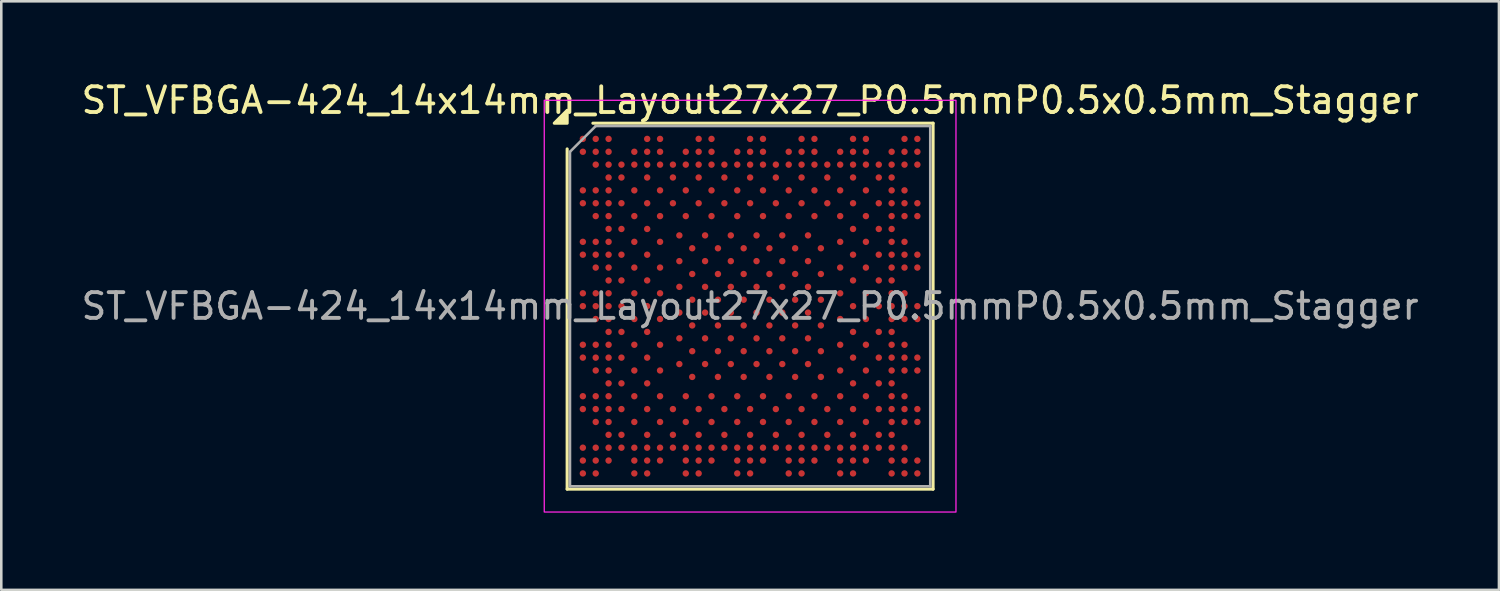
<source format=kicad_pcb>
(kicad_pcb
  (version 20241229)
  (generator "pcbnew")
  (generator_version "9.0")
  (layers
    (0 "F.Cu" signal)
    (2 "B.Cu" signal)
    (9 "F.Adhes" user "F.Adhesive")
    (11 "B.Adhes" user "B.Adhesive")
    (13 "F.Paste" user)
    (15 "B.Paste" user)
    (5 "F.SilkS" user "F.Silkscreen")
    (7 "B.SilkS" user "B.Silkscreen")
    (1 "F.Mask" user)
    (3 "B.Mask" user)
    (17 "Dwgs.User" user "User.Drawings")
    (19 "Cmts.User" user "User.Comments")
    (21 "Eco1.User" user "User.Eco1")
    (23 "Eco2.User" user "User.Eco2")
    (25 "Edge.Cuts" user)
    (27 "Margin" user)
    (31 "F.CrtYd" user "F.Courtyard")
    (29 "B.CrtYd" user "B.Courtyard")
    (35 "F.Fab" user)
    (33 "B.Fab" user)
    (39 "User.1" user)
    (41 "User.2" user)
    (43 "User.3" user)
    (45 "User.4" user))
  (footprint "ST_VFBGA-424_14x14mm_Layout27x27_P0.5mmP0.5x0.5mm_Stagger"
    (layer "F.Cu")
    (at 26.101 8.848)
    (property "Reference" "ST_VFBGA-424_14x14mm_Layout27x27_P0.5mmP0.5x0.5mm_Stagger" (at 0 -8 0) (layer "F.SilkS") (effects (font (size 1 1) (thickness 0.15))))
    (attr smd)
    (fp_line (start -7.11 7.11) (end -7.11 -6.11) (stroke (width 0.12) (type solid)) (layer "F.SilkS"))
    (fp_line (start -6.11 -7.11) (end 7.11 -7.11) (stroke (width 0.12) (type solid)) (layer "F.SilkS"))
    (fp_line (start 7.11 -7.11) (end 7.11 7.11) (stroke (width 0.12) (type solid)) (layer "F.SilkS"))
    (fp_line (start 7.11 7.11) (end -7.11 7.11) (stroke (width 0.12) (type solid)) (layer "F.SilkS"))
    (fp_poly (pts (xy -7.11 -7.11) (xy -7.61 -7.11) (xy -7.11 -7.61)) (stroke (width 0.12) (type solid)) (fill yes) (layer "F.SilkS"))
    (fp_rect (start -8 -8) (end 8 8) (stroke (width 0.05) (type solid)) (fill no) (layer "F.CrtYd"))
    (fp_line (start -7 -6) (end -6 -7) (stroke (width 0.1) (type solid)) (layer "F.Fab"))
    (fp_line (start -7 7) (end -7 -6) (stroke (width 0.1) (type solid)) (layer "F.Fab"))
    (fp_line (start -6 -7) (end 7 -7) (stroke (width 0.1) (type solid)) (layer "F.Fab"))
    (fp_line (start 7 -7) (end 7 7) (stroke (width 0.1) (type solid)) (layer "F.Fab"))
    (fp_line (start 7 7) (end -7 7) (stroke (width 0.1) (type solid)) (layer "F.Fab"))
    (fp_text user "${REFERENCE}" (at 0 0 0) (layer "F.Fab") (effects (font (size 1 1) (thickness 0.15))))
    (pad "1A1" smd circle (at -2.75 -2.75) (size 0.25 0.25) (property pad_prop_bga) (layers "F.Cu" "F.Mask" "F.Paste"))
    (pad "1A3" smd circle (at -1.75 -2.75) (size 0.25 0.25) (property pad_prop_bga) (layers "F.Cu" "F.Mask" "F.Paste"))
    (pad "1A5" smd circle (at -0.75 -2.75) (size 0.25 0.25) (property pad_prop_bga) (layers "F.Cu" "F.Mask" "F.Paste"))
    (pad "1A7" smd circle (at 0.25 -2.75) (size 0.25 0.25) (property pad_prop_bga) (layers "F.Cu" "F.Mask" "F.Paste"))
    (pad "1A9" smd circle (at 1.25 -2.75) (size 0.25 0.25) (property pad_prop_bga) (layers "F.Cu" "F.Mask" "F.Paste"))
    (pad "1A11" smd circle (at 2.25 -2.75) (size 0.25 0.25) (property pad_prop_bga) (layers "F.Cu" "F.Mask" "F.Paste"))
    (pad "1B2" smd circle (at -2.25 -2.25) (size 0.25 0.25) (property pad_prop_bga) (layers "F.Cu" "F.Mask" "F.Paste"))
    (pad "1B4" smd circle (at -1.25 -2.25) (size 0.25 0.25) (property pad_prop_bga) (layers "F.Cu" "F.Mask" "F.Paste"))
    (pad "1B6" smd circle (at -0.25 -2.25) (size 0.25 0.25) (property pad_prop_bga) (layers "F.Cu" "F.Mask" "F.Paste"))
    (pad "1B8" smd circle (at 0.75 -2.25) (size 0.25 0.25) (property pad_prop_bga) (layers "F.Cu" "F.Mask" "F.Paste"))
    (pad "1B10" smd circle (at 1.75 -2.25) (size 0.25 0.25) (property pad_prop_bga) (layers "F.Cu" "F.Mask" "F.Paste"))
    (pad "1B12" smd circle (at 2.75 -2.25) (size 0.25 0.25) (property pad_prop_bga) (layers "F.Cu" "F.Mask" "F.Paste"))
    (pad "1C1" smd circle (at -2.75 -1.75) (size 0.25 0.25) (property pad_prop_bga) (layers "F.Cu" "F.Mask" "F.Paste"))
    (pad "1C3" smd circle (at -1.75 -1.75) (size 0.25 0.25) (property pad_prop_bga) (layers "F.Cu" "F.Mask" "F.Paste"))
    (pad "1C5" smd circle (at -0.75 -1.75) (size 0.25 0.25) (property pad_prop_bga) (layers "F.Cu" "F.Mask" "F.Paste"))
    (pad "1C7" smd circle (at 0.25 -1.75) (size 0.25 0.25) (property pad_prop_bga) (layers "F.Cu" "F.Mask" "F.Paste"))
    (pad "1C9" smd circle (at 1.25 -1.75) (size 0.25 0.25) (property pad_prop_bga) (layers "F.Cu" "F.Mask" "F.Paste"))
    (pad "1C11" smd circle (at 2.25 -1.75) (size 0.25 0.25) (property pad_prop_bga) (layers "F.Cu" "F.Mask" "F.Paste"))
    (pad "1D2" smd circle (at -2.25 -1.25) (size 0.25 0.25) (property pad_prop_bga) (layers "F.Cu" "F.Mask" "F.Paste"))
    (pad "1D4" smd circle (at -1.25 -1.25) (size 0.25 0.25) (property pad_prop_bga) (layers "F.Cu" "F.Mask" "F.Paste"))
    (pad "1D6" smd circle (at -0.25 -1.25) (size 0.25 0.25) (property pad_prop_bga) (layers "F.Cu" "F.Mask" "F.Paste"))
    (pad "1D8" smd circle (at 0.75 -1.25) (size 0.25 0.25) (property pad_prop_bga) (layers "F.Cu" "F.Mask" "F.Paste"))
    (pad "1D10" smd circle (at 1.75 -1.25) (size 0.25 0.25) (property pad_prop_bga) (layers "F.Cu" "F.Mask" "F.Paste"))
    (pad "1D12" smd circle (at 2.75 -1.25) (size 0.25 0.25) (property pad_prop_bga) (layers "F.Cu" "F.Mask" "F.Paste"))
    (pad "1E1" smd circle (at -2.75 -0.75) (size 0.25 0.25) (property pad_prop_bga) (layers "F.Cu" "F.Mask" "F.Paste"))
    (pad "1E3" smd circle (at -1.75 -0.75) (size 0.25 0.25) (property pad_prop_bga) (layers "F.Cu" "F.Mask" "F.Paste"))
    (pad "1E5" smd circle (at -0.75 -0.75) (size 0.25 0.25) (property pad_prop_bga) (layers "F.Cu" "F.Mask" "F.Paste"))
    (pad "1E7" smd circle (at 0.25 -0.75) (size 0.25 0.25) (property pad_prop_bga) (layers "F.Cu" "F.Mask" "F.Paste"))
    (pad "1E9" smd circle (at 1.25 -0.75) (size 0.25 0.25) (property pad_prop_bga) (layers "F.Cu" "F.Mask" "F.Paste"))
    (pad "1E11" smd circle (at 2.25 -0.75) (size 0.25 0.25) (property pad_prop_bga) (layers "F.Cu" "F.Mask" "F.Paste"))
    (pad "1F2" smd circle (at -2.25 -0.25) (size 0.25 0.25) (property pad_prop_bga) (layers "F.Cu" "F.Mask" "F.Paste"))
    (pad "1F4" smd circle (at -1.25 -0.25) (size 0.25 0.25) (property pad_prop_bga) (layers "F.Cu" "F.Mask" "F.Paste"))
    (pad "1F6" smd circle (at -0.25 -0.25) (size 0.25 0.25) (property pad_prop_bga) (layers "F.Cu" "F.Mask" "F.Paste"))
    (pad "1F8" smd circle (at 0.75 -0.25) (size 0.25 0.25) (property pad_prop_bga) (layers "F.Cu" "F.Mask" "F.Paste"))
    (pad "1F10" smd circle (at 1.75 -0.25) (size 0.25 0.25) (property pad_prop_bga) (layers "F.Cu" "F.Mask" "F.Paste"))
    (pad "1F12" smd circle (at 2.75 -0.25) (size 0.25 0.25) (property pad_prop_bga) (layers "F.Cu" "F.Mask" "F.Paste"))
    (pad "1G1" smd circle (at -2.75 0.25) (size 0.25 0.25) (property pad_prop_bga) (layers "F.Cu" "F.Mask" "F.Paste"))
    (pad "1G3" smd circle (at -1.75 0.25) (size 0.25 0.25) (property pad_prop_bga) (layers "F.Cu" "F.Mask" "F.Paste"))
    (pad "1G5" smd circle (at -0.75 0.25) (size 0.25 0.25) (property pad_prop_bga) (layers "F.Cu" "F.Mask" "F.Paste"))
    (pad "1G7" smd circle (at 0.25 0.25) (size 0.25 0.25) (property pad_prop_bga) (layers "F.Cu" "F.Mask" "F.Paste"))
    (pad "1G9" smd circle (at 1.25 0.25) (size 0.25 0.25) (property pad_prop_bga) (layers "F.Cu" "F.Mask" "F.Paste"))
    (pad "1G11" smd circle (at 2.25 0.25) (size 0.25 0.25) (property pad_prop_bga) (layers "F.Cu" "F.Mask" "F.Paste"))
    (pad "1H2" smd circle (at -2.25 0.75) (size 0.25 0.25) (property pad_prop_bga) (layers "F.Cu" "F.Mask" "F.Paste"))
    (pad "1H4" smd circle (at -1.25 0.75) (size 0.25 0.25) (property pad_prop_bga) (layers "F.Cu" "F.Mask" "F.Paste"))
    (pad "1H6" smd circle (at -0.25 0.75) (size 0.25 0.25) (property pad_prop_bga) (layers "F.Cu" "F.Mask" "F.Paste"))
    (pad "1H8" smd circle (at 0.75 0.75) (size 0.25 0.25) (property pad_prop_bga) (layers "F.Cu" "F.Mask" "F.Paste"))
    (pad "1H10" smd circle (at 1.75 0.75) (size 0.25 0.25) (property pad_prop_bga) (layers "F.Cu" "F.Mask" "F.Paste"))
    (pad "1H12" smd circle (at 2.75 0.75) (size 0.25 0.25) (property pad_prop_bga) (layers "F.Cu" "F.Mask" "F.Paste"))
    (pad "1J1" smd circle (at -2.75 1.25) (size 0.25 0.25) (property pad_prop_bga) (layers "F.Cu" "F.Mask" "F.Paste"))
    (pad "1J3" smd circle (at -1.75 1.25) (size 0.25 0.25) (property pad_prop_bga) (layers "F.Cu" "F.Mask" "F.Paste"))
    (pad "1J5" smd circle (at -0.75 1.25) (size 0.25 0.25) (property pad_prop_bga) (layers "F.Cu" "F.Mask" "F.Paste"))
    (pad "1J7" smd circle (at 0.25 1.25) (size 0.25 0.25) (property pad_prop_bga) (layers "F.Cu" "F.Mask" "F.Paste"))
    (pad "1J9" smd circle (at 1.25 1.25) (size 0.25 0.25) (property pad_prop_bga) (layers "F.Cu" "F.Mask" "F.Paste"))
    (pad "1J11" smd circle (at 2.25 1.25) (size 0.25 0.25) (property pad_prop_bga) (layers "F.Cu" "F.Mask" "F.Paste"))
    (pad "1K2" smd circle (at -2.25 1.75) (size 0.25 0.25) (property pad_prop_bga) (layers "F.Cu" "F.Mask" "F.Paste"))
    (pad "1K4" smd circle (at -1.25 1.75) (size 0.25 0.25) (property pad_prop_bga) (layers "F.Cu" "F.Mask" "F.Paste"))
    (pad "1K6" smd circle (at -0.25 1.75) (size 0.25 0.25) (property pad_prop_bga) (layers "F.Cu" "F.Mask" "F.Paste"))
    (pad "1K8" smd circle (at 0.75 1.75) (size 0.25 0.25) (property pad_prop_bga) (layers "F.Cu" "F.Mask" "F.Paste"))
    (pad "1K10" smd circle (at 1.75 1.75) (size 0.25 0.25) (property pad_prop_bga) (layers "F.Cu" "F.Mask" "F.Paste"))
    (pad "1K12" smd circle (at 2.75 1.75) (size 0.25 0.25) (property pad_prop_bga) (layers "F.Cu" "F.Mask" "F.Paste"))
    (pad "1L1" smd circle (at -2.75 2.25) (size 0.25 0.25) (property pad_prop_bga) (layers "F.Cu" "F.Mask" "F.Paste"))
    (pad "1L3" smd circle (at -1.75 2.25) (size 0.25 0.25) (property pad_prop_bga) (layers "F.Cu" "F.Mask" "F.Paste"))
    (pad "1L5" smd circle (at -0.75 2.25) (size 0.25 0.25) (property pad_prop_bga) (layers "F.Cu" "F.Mask" "F.Paste"))
    (pad "1L7" smd circle (at 0.25 2.25) (size 0.25 0.25) (property pad_prop_bga) (layers "F.Cu" "F.Mask" "F.Paste"))
    (pad "1L9" smd circle (at 1.25 2.25) (size 0.25 0.25) (property pad_prop_bga) (layers "F.Cu" "F.Mask" "F.Paste"))
    (pad "1L11" smd circle (at 2.25 2.25) (size 0.25 0.25) (property pad_prop_bga) (layers "F.Cu" "F.Mask" "F.Paste"))
    (pad "1M2" smd circle (at -2.25 2.75) (size 0.25 0.25) (property pad_prop_bga) (layers "F.Cu" "F.Mask" "F.Paste"))
    (pad "1M4" smd circle (at -1.25 2.75) (size 0.25 0.25) (property pad_prop_bga) (layers "F.Cu" "F.Mask" "F.Paste"))
    (pad "1M6" smd circle (at -0.25 2.75) (size 0.25 0.25) (property pad_prop_bga) (layers "F.Cu" "F.Mask" "F.Paste"))
    (pad "1M8" smd circle (at 0.75 2.75) (size 0.25 0.25) (property pad_prop_bga) (layers "F.Cu" "F.Mask" "F.Paste"))
    (pad "1M10" smd circle (at 1.75 2.75) (size 0.25 0.25) (property pad_prop_bga) (layers "F.Cu" "F.Mask" "F.Paste"))
    (pad "1M12" smd circle (at 2.75 2.75) (size 0.25 0.25) (property pad_prop_bga) (layers "F.Cu" "F.Mask" "F.Paste"))
    (pad "A1" smd circle (at -6.5 -6.5) (size 0.25 0.25) (property pad_prop_bga) (layers "F.Cu" "F.Mask" "F.Paste"))
    (pad "A2" smd circle (at -6 -6.5) (size 0.25 0.25) (property pad_prop_bga) (layers "F.Cu" "F.Mask" "F.Paste"))
    (pad "A3" smd circle (at -5.5 -6.5) (size 0.25 0.25) (property pad_prop_bga) (layers "F.Cu" "F.Mask" "F.Paste"))
    (pad "A6" smd circle (at -4 -6.5) (size 0.25 0.25) (property pad_prop_bga) (layers "F.Cu" "F.Mask" "F.Paste"))
    (pad "A7" smd circle (at -3.5 -6.5) (size 0.25 0.25) (property pad_prop_bga) (layers "F.Cu" "F.Mask" "F.Paste"))
    (pad "A10" smd circle (at -2 -6.5) (size 0.25 0.25) (property pad_prop_bga) (layers "F.Cu" "F.Mask" "F.Paste"))
    (pad "A11" smd circle (at -1.5 -6.5) (size 0.25 0.25) (property pad_prop_bga) (layers "F.Cu" "F.Mask" "F.Paste"))
    (pad "A14" smd circle (at 0 -6.5) (size 0.25 0.25) (property pad_prop_bga) (layers "F.Cu" "F.Mask" "F.Paste"))
    (pad "A15" smd circle (at 0.5 -6.5) (size 0.25 0.25) (property pad_prop_bga) (layers "F.Cu" "F.Mask" "F.Paste"))
    (pad "A18" smd circle (at 2 -6.5) (size 0.25 0.25) (property pad_prop_bga) (layers "F.Cu" "F.Mask" "F.Paste"))
    (pad "A19" smd circle (at 2.5 -6.5) (size 0.25 0.25) (property pad_prop_bga) (layers "F.Cu" "F.Mask" "F.Paste"))
    (pad "A22" smd circle (at 4 -6.5) (size 0.25 0.25) (property pad_prop_bga) (layers "F.Cu" "F.Mask" "F.Paste"))
    (pad "A23" smd circle (at 4.5 -6.5) (size 0.25 0.25) (property pad_prop_bga) (layers "F.Cu" "F.Mask" "F.Paste"))
    (pad "A26" smd circle (at 6 -6.5) (size 0.25 0.25) (property pad_prop_bga) (layers "F.Cu" "F.Mask" "F.Paste"))
    (pad "A27" smd circle (at 6.5 -6.5) (size 0.25 0.25) (property pad_prop_bga) (layers "F.Cu" "F.Mask" "F.Paste"))
    (pad "AA1" smd circle (at -6.5 3.5) (size 0.25 0.25) (property pad_prop_bga) (layers "F.Cu" "F.Mask" "F.Paste"))
    (pad "AA2" smd circle (at -6 3.5) (size 0.25 0.25) (property pad_prop_bga) (layers "F.Cu" "F.Mask" "F.Paste"))
    (pad "AA3" smd circle (at -5.5 3.5) (size 0.25 0.25) (property pad_prop_bga) (layers "F.Cu" "F.Mask" "F.Paste"))
    (pad "AA5" smd circle (at -4.5 3.5) (size 0.25 0.25) (property pad_prop_bga) (layers "F.Cu" "F.Mask" "F.Paste"))
    (pad "AA7" smd circle (at -3.5 3.5) (size 0.25 0.25) (property pad_prop_bga) (layers "F.Cu" "F.Mask" "F.Paste"))
    (pad "AA9" smd circle (at -2.5 3.5) (size 0.25 0.25) (property pad_prop_bga) (layers "F.Cu" "F.Mask" "F.Paste"))
    (pad "AA11" smd circle (at -1.5 3.5) (size 0.25 0.25) (property pad_prop_bga) (layers "F.Cu" "F.Mask" "F.Paste"))
    (pad "AA13" smd circle (at -0.5 3.5) (size 0.25 0.25) (property pad_prop_bga) (layers "F.Cu" "F.Mask" "F.Paste"))
    (pad "AA15" smd circle (at 0.5 3.5) (size 0.25 0.25) (property pad_prop_bga) (layers "F.Cu" "F.Mask" "F.Paste"))
    (pad "AA17" smd circle (at 1.5 3.5) (size 0.25 0.25) (property pad_prop_bga) (layers "F.Cu" "F.Mask" "F.Paste"))
    (pad "AA19" smd circle (at 2.5 3.5) (size 0.25 0.25) (property pad_prop_bga) (layers "F.Cu" "F.Mask" "F.Paste"))
    (pad "AA21" smd circle (at 3.5 3.5) (size 0.25 0.25) (property pad_prop_bga) (layers "F.Cu" "F.Mask" "F.Paste"))
    (pad "AA23" smd circle (at 4.5 3.5) (size 0.25 0.25) (property pad_prop_bga) (layers "F.Cu" "F.Mask" "F.Paste"))
    (pad "AA25" smd circle (at 5.5 3.5) (size 0.25 0.25) (property pad_prop_bga) (layers "F.Cu" "F.Mask" "F.Paste"))
    (pad "AA26" smd circle (at 6 3.5) (size 0.25 0.25) (property pad_prop_bga) (layers "F.Cu" "F.Mask" "F.Paste"))
    (pad "AB1" smd circle (at -6.5 4) (size 0.25 0.25) (property pad_prop_bga) (layers "F.Cu" "F.Mask" "F.Paste"))
    (pad "AB2" smd circle (at -6 4) (size 0.25 0.25) (property pad_prop_bga) (layers "F.Cu" "F.Mask" "F.Paste"))
    (pad "AB3" smd circle (at -5.5 4) (size 0.25 0.25) (property pad_prop_bga) (layers "F.Cu" "F.Mask" "F.Paste"))
    (pad "AB4" smd circle (at -5 4) (size 0.25 0.25) (property pad_prop_bga) (layers "F.Cu" "F.Mask" "F.Paste"))
    (pad "AB6" smd circle (at -4 4) (size 0.25 0.25) (property pad_prop_bga) (layers "F.Cu" "F.Mask" "F.Paste"))
    (pad "AB8" smd circle (at -3 4) (size 0.25 0.25) (property pad_prop_bga) (layers "F.Cu" "F.Mask" "F.Paste"))
    (pad "AB10" smd circle (at -2 4) (size 0.25 0.25) (property pad_prop_bga) (layers "F.Cu" "F.Mask" "F.Paste"))
    (pad "AB12" smd circle (at -1 4) (size 0.25 0.25) (property pad_prop_bga) (layers "F.Cu" "F.Mask" "F.Paste"))
    (pad "AB14" smd circle (at 0 4) (size 0.25 0.25) (property pad_prop_bga) (layers "F.Cu" "F.Mask" "F.Paste"))
    (pad "AB16" smd circle (at 1 4) (size 0.25 0.25) (property pad_prop_bga) (layers "F.Cu" "F.Mask" "F.Paste"))
    (pad "AB18" smd circle (at 2 4) (size 0.25 0.25) (property pad_prop_bga) (layers "F.Cu" "F.Mask" "F.Paste"))
    (pad "AB20" smd circle (at 3 4) (size 0.25 0.25) (property pad_prop_bga) (layers "F.Cu" "F.Mask" "F.Paste"))
    (pad "AB22" smd circle (at 4 4) (size 0.25 0.25) (property pad_prop_bga) (layers "F.Cu" "F.Mask" "F.Paste"))
    (pad "AB24" smd circle (at 5 4) (size 0.25 0.25) (property pad_prop_bga) (layers "F.Cu" "F.Mask" "F.Paste"))
    (pad "AB25" smd circle (at 5.5 4) (size 0.25 0.25) (property pad_prop_bga) (layers "F.Cu" "F.Mask" "F.Paste"))
    (pad "AB26" smd circle (at 6 4) (size 0.25 0.25) (property pad_prop_bga) (layers "F.Cu" "F.Mask" "F.Paste"))
    (pad "AB27" smd circle (at 6.5 4) (size 0.25 0.25) (property pad_prop_bga) (layers "F.Cu" "F.Mask" "F.Paste"))
    (pad "AC2" smd circle (at -6 4.5) (size 0.25 0.25) (property pad_prop_bga) (layers "F.Cu" "F.Mask" "F.Paste"))
    (pad "AC3" smd circle (at -5.5 4.5) (size 0.25 0.25) (property pad_prop_bga) (layers "F.Cu" "F.Mask" "F.Paste"))
    (pad "AC5" smd circle (at -4.5 4.5) (size 0.25 0.25) (property pad_prop_bga) (layers "F.Cu" "F.Mask" "F.Paste"))
    (pad "AC7" smd circle (at -3.5 4.5) (size 0.25 0.25) (property pad_prop_bga) (layers "F.Cu" "F.Mask" "F.Paste"))
    (pad "AC9" smd circle (at -2.5 4.5) (size 0.25 0.25) (property pad_prop_bga) (layers "F.Cu" "F.Mask" "F.Paste"))
    (pad "AC11" smd circle (at -1.5 4.5) (size 0.25 0.25) (property pad_prop_bga) (layers "F.Cu" "F.Mask" "F.Paste"))
    (pad "AC13" smd circle (at -0.5 4.5) (size 0.25 0.25) (property pad_prop_bga) (layers "F.Cu" "F.Mask" "F.Paste"))
    (pad "AC15" smd circle (at 0.5 4.5) (size 0.25 0.25) (property pad_prop_bga) (layers "F.Cu" "F.Mask" "F.Paste"))
    (pad "AC17" smd circle (at 1.5 4.5) (size 0.25 0.25) (property pad_prop_bga) (layers "F.Cu" "F.Mask" "F.Paste"))
    (pad "AC19" smd circle (at 2.5 4.5) (size 0.25 0.25) (property pad_prop_bga) (layers "F.Cu" "F.Mask" "F.Paste"))
    (pad "AC21" smd circle (at 3.5 4.5) (size 0.25 0.25) (property pad_prop_bga) (layers "F.Cu" "F.Mask" "F.Paste"))
    (pad "AC23" smd circle (at 4.5 4.5) (size 0.25 0.25) (property pad_prop_bga) (layers "F.Cu" "F.Mask" "F.Paste"))
    (pad "AC25" smd circle (at 5.5 4.5) (size 0.25 0.25) (property pad_prop_bga) (layers "F.Cu" "F.Mask" "F.Paste"))
    (pad "AC26" smd circle (at 6 4.5) (size 0.25 0.25) (property pad_prop_bga) (layers "F.Cu" "F.Mask" "F.Paste"))
    (pad "AC27" smd circle (at 6.5 4.5) (size 0.25 0.25) (property pad_prop_bga) (layers "F.Cu" "F.Mask" "F.Paste"))
    (pad "AD3" smd circle (at -5.5 5) (size 0.25 0.25) (property pad_prop_bga) (layers "F.Cu" "F.Mask" "F.Paste"))
    (pad "AD4" smd circle (at -5 5) (size 0.25 0.25) (property pad_prop_bga) (layers "F.Cu" "F.Mask" "F.Paste"))
    (pad "AD6" smd circle (at -4 5) (size 0.25 0.25) (property pad_prop_bga) (layers "F.Cu" "F.Mask" "F.Paste"))
    (pad "AD8" smd circle (at -3 5) (size 0.25 0.25) (property pad_prop_bga) (layers "F.Cu" "F.Mask" "F.Paste"))
    (pad "AD10" smd circle (at -2 5) (size 0.25 0.25) (property pad_prop_bga) (layers "F.Cu" "F.Mask" "F.Paste"))
    (pad "AD12" smd circle (at -1 5) (size 0.25 0.25) (property pad_prop_bga) (layers "F.Cu" "F.Mask" "F.Paste"))
    (pad "AD14" smd circle (at 0 5) (size 0.25 0.25) (property pad_prop_bga) (layers "F.Cu" "F.Mask" "F.Paste"))
    (pad "AD16" smd circle (at 1 5) (size 0.25 0.25) (property pad_prop_bga) (layers "F.Cu" "F.Mask" "F.Paste"))
    (pad "AD18" smd circle (at 2 5) (size 0.25 0.25) (property pad_prop_bga) (layers "F.Cu" "F.Mask" "F.Paste"))
    (pad "AD20" smd circle (at 3 5) (size 0.25 0.25) (property pad_prop_bga) (layers "F.Cu" "F.Mask" "F.Paste"))
    (pad "AD22" smd circle (at 4 5) (size 0.25 0.25) (property pad_prop_bga) (layers "F.Cu" "F.Mask" "F.Paste"))
    (pad "AD24" smd circle (at 5 5) (size 0.25 0.25) (property pad_prop_bga) (layers "F.Cu" "F.Mask" "F.Paste"))
    (pad "AD25" smd circle (at 5.5 5) (size 0.25 0.25) (property pad_prop_bga) (layers "F.Cu" "F.Mask" "F.Paste"))
    (pad "AE1" smd circle (at -6.5 5.5) (size 0.25 0.25) (property pad_prop_bga) (layers "F.Cu" "F.Mask" "F.Paste"))
    (pad "AE2" smd circle (at -6 5.5) (size 0.25 0.25) (property pad_prop_bga) (layers "F.Cu" "F.Mask" "F.Paste"))
    (pad "AE3" smd circle (at -5.5 5.5) (size 0.25 0.25) (property pad_prop_bga) (layers "F.Cu" "F.Mask" "F.Paste"))
    (pad "AE4" smd circle (at -5 5.5) (size 0.25 0.25) (property pad_prop_bga) (layers "F.Cu" "F.Mask" "F.Paste"))
    (pad "AE5" smd circle (at -4.5 5.5) (size 0.25 0.25) (property pad_prop_bga) (layers "F.Cu" "F.Mask" "F.Paste"))
    (pad "AE6" smd circle (at -4 5.5) (size 0.25 0.25) (property pad_prop_bga) (layers "F.Cu" "F.Mask" "F.Paste"))
    (pad "AE7" smd circle (at -3.5 5.5) (size 0.25 0.25) (property pad_prop_bga) (layers "F.Cu" "F.Mask" "F.Paste"))
    (pad "AE8" smd circle (at -3 5.5) (size 0.25 0.25) (property pad_prop_bga) (layers "F.Cu" "F.Mask" "F.Paste"))
    (pad "AE9" smd circle (at -2.5 5.5) (size 0.25 0.25) (property pad_prop_bga) (layers "F.Cu" "F.Mask" "F.Paste"))
    (pad "AE10" smd circle (at -2 5.5) (size 0.25 0.25) (property pad_prop_bga) (layers "F.Cu" "F.Mask" "F.Paste"))
    (pad "AE11" smd circle (at -1.5 5.5) (size 0.25 0.25) (property pad_prop_bga) (layers "F.Cu" "F.Mask" "F.Paste"))
    (pad "AE12" smd circle (at -1 5.5) (size 0.25 0.25) (property pad_prop_bga) (layers "F.Cu" "F.Mask" "F.Paste"))
    (pad "AE13" smd circle (at -0.5 5.5) (size 0.25 0.25) (property pad_prop_bga) (layers "F.Cu" "F.Mask" "F.Paste"))
    (pad "AE14" smd circle (at 0 5.5) (size 0.25 0.25) (property pad_prop_bga) (layers "F.Cu" "F.Mask" "F.Paste"))
    (pad "AE15" smd circle (at 0.5 5.5) (size 0.25 0.25) (property pad_prop_bga) (layers "F.Cu" "F.Mask" "F.Paste"))
    (pad "AE16" smd circle (at 1 5.5) (size 0.25 0.25) (property pad_prop_bga) (layers "F.Cu" "F.Mask" "F.Paste"))
    (pad "AE17" smd circle (at 1.5 5.5) (size 0.25 0.25) (property pad_prop_bga) (layers "F.Cu" "F.Mask" "F.Paste"))
    (pad "AE18" smd circle (at 2 5.5) (size 0.25 0.25) (property pad_prop_bga) (layers "F.Cu" "F.Mask" "F.Paste"))
    (pad "AE19" smd circle (at 2.5 5.5) (size 0.25 0.25) (property pad_prop_bga) (layers "F.Cu" "F.Mask" "F.Paste"))
    (pad "AE20" smd circle (at 3 5.5) (size 0.25 0.25) (property pad_prop_bga) (layers "F.Cu" "F.Mask" "F.Paste"))
    (pad "AE21" smd circle (at 3.5 5.5) (size 0.25 0.25) (property pad_prop_bga) (layers "F.Cu" "F.Mask" "F.Paste"))
    (pad "AE22" smd circle (at 4 5.5) (size 0.25 0.25) (property pad_prop_bga) (layers "F.Cu" "F.Mask" "F.Paste"))
    (pad "AE23" smd circle (at 4.5 5.5) (size 0.25 0.25) (property pad_prop_bga) (layers "F.Cu" "F.Mask" "F.Paste"))
    (pad "AE24" smd circle (at 5 5.5) (size 0.25 0.25) (property pad_prop_bga) (layers "F.Cu" "F.Mask" "F.Paste"))
    (pad "AE25" smd circle (at 5.5 5.5) (size 0.25 0.25) (property pad_prop_bga) (layers "F.Cu" "F.Mask" "F.Paste"))
    (pad "AE26" smd circle (at 6 5.5) (size 0.25 0.25) (property pad_prop_bga) (layers "F.Cu" "F.Mask" "F.Paste"))
    (pad "AF1" smd circle (at -6.5 6) (size 0.25 0.25) (property pad_prop_bga) (layers "F.Cu" "F.Mask" "F.Paste"))
    (pad "AF2" smd circle (at -6 6) (size 0.25 0.25) (property pad_prop_bga) (layers "F.Cu" "F.Mask" "F.Paste"))
    (pad "AF3" smd circle (at -5.5 6) (size 0.25 0.25) (property pad_prop_bga) (layers "F.Cu" "F.Mask" "F.Paste"))
    (pad "AF5" smd circle (at -4.5 6) (size 0.25 0.25) (property pad_prop_bga) (layers "F.Cu" "F.Mask" "F.Paste"))
    (pad "AF6" smd circle (at -4 6) (size 0.25 0.25) (property pad_prop_bga) (layers "F.Cu" "F.Mask" "F.Paste"))
    (pad "AF7" smd circle (at -3.5 6) (size 0.25 0.25) (property pad_prop_bga) (layers "F.Cu" "F.Mask" "F.Paste"))
    (pad "AF9" smd circle (at -2.5 6) (size 0.25 0.25) (property pad_prop_bga) (layers "F.Cu" "F.Mask" "F.Paste"))
    (pad "AF10" smd circle (at -2 6) (size 0.25 0.25) (property pad_prop_bga) (layers "F.Cu" "F.Mask" "F.Paste"))
    (pad "AF11" smd circle (at -1.5 6) (size 0.25 0.25) (property pad_prop_bga) (layers "F.Cu" "F.Mask" "F.Paste"))
    (pad "AF13" smd circle (at -0.5 6) (size 0.25 0.25) (property pad_prop_bga) (layers "F.Cu" "F.Mask" "F.Paste"))
    (pad "AF14" smd circle (at 0 6) (size 0.25 0.25) (property pad_prop_bga) (layers "F.Cu" "F.Mask" "F.Paste"))
    (pad "AF15" smd circle (at 0.5 6) (size 0.25 0.25) (property pad_prop_bga) (layers "F.Cu" "F.Mask" "F.Paste"))
    (pad "AF17" smd circle (at 1.5 6) (size 0.25 0.25) (property pad_prop_bga) (layers "F.Cu" "F.Mask" "F.Paste"))
    (pad "AF18" smd circle (at 2 6) (size 0.25 0.25) (property pad_prop_bga) (layers "F.Cu" "F.Mask" "F.Paste"))
    (pad "AF19" smd circle (at 2.5 6) (size 0.25 0.25) (property pad_prop_bga) (layers "F.Cu" "F.Mask" "F.Paste"))
    (pad "AF21" smd circle (at 3.5 6) (size 0.25 0.25) (property pad_prop_bga) (layers "F.Cu" "F.Mask" "F.Paste"))
    (pad "AF22" smd circle (at 4 6) (size 0.25 0.25) (property pad_prop_bga) (layers "F.Cu" "F.Mask" "F.Paste"))
    (pad "AF23" smd circle (at 4.5 6) (size 0.25 0.25) (property pad_prop_bga) (layers "F.Cu" "F.Mask" "F.Paste"))
    (pad "AF25" smd circle (at 5.5 6) (size 0.25 0.25) (property pad_prop_bga) (layers "F.Cu" "F.Mask" "F.Paste"))
    (pad "AF26" smd circle (at 6 6) (size 0.25 0.25) (property pad_prop_bga) (layers "F.Cu" "F.Mask" "F.Paste"))
    (pad "AF27" smd circle (at 6.5 6) (size 0.25 0.25) (property pad_prop_bga) (layers "F.Cu" "F.Mask" "F.Paste"))
    (pad "AG1" smd circle (at -6.5 6.5) (size 0.25 0.25) (property pad_prop_bga) (layers "F.Cu" "F.Mask" "F.Paste"))
    (pad "AG2" smd circle (at -6 6.5) (size 0.25 0.25) (property pad_prop_bga) (layers "F.Cu" "F.Mask" "F.Paste"))
    (pad "AG5" smd circle (at -4.5 6.5) (size 0.25 0.25) (property pad_prop_bga) (layers "F.Cu" "F.Mask" "F.Paste"))
    (pad "AG6" smd circle (at -4 6.5) (size 0.25 0.25) (property pad_prop_bga) (layers "F.Cu" "F.Mask" "F.Paste"))
    (pad "AG9" smd circle (at -2.5 6.5) (size 0.25 0.25) (property pad_prop_bga) (layers "F.Cu" "F.Mask" "F.Paste"))
    (pad "AG10" smd circle (at -2 6.5) (size 0.25 0.25) (property pad_prop_bga) (layers "F.Cu" "F.Mask" "F.Paste"))
    (pad "AG13" smd circle (at -0.5 6.5) (size 0.25 0.25) (property pad_prop_bga) (layers "F.Cu" "F.Mask" "F.Paste"))
    (pad "AG14" smd circle (at 0 6.5) (size 0.25 0.25) (property pad_prop_bga) (layers "F.Cu" "F.Mask" "F.Paste"))
    (pad "AG17" smd circle (at 1.5 6.5) (size 0.25 0.25) (property pad_prop_bga) (layers "F.Cu" "F.Mask" "F.Paste"))
    (pad "AG18" smd circle (at 2 6.5) (size 0.25 0.25) (property pad_prop_bga) (layers "F.Cu" "F.Mask" "F.Paste"))
    (pad "AG21" smd circle (at 3.5 6.5) (size 0.25 0.25) (property pad_prop_bga) (layers "F.Cu" "F.Mask" "F.Paste"))
    (pad "AG22" smd circle (at 4 6.5) (size 0.25 0.25) (property pad_prop_bga) (layers "F.Cu" "F.Mask" "F.Paste"))
    (pad "AG25" smd circle (at 5.5 6.5) (size 0.25 0.25) (property pad_prop_bga) (layers "F.Cu" "F.Mask" "F.Paste"))
    (pad "AG26" smd circle (at 6 6.5) (size 0.25 0.25) (property pad_prop_bga) (layers "F.Cu" "F.Mask" "F.Paste"))
    (pad "AG27" smd circle (at 6.5 6.5) (size 0.25 0.25) (property pad_prop_bga) (layers "F.Cu" "F.Mask" "F.Paste"))
    (pad "B1" smd circle (at -6.5 -6) (size 0.25 0.25) (property pad_prop_bga) (layers "F.Cu" "F.Mask" "F.Paste"))
    (pad "B2" smd circle (at -6 -6) (size 0.25 0.25) (property pad_prop_bga) (layers "F.Cu" "F.Mask" "F.Paste"))
    (pad "B3" smd circle (at -5.5 -6) (size 0.25 0.25) (property pad_prop_bga) (layers "F.Cu" "F.Mask" "F.Paste"))
    (pad "B5" smd circle (at -4.5 -6) (size 0.25 0.25) (property pad_prop_bga) (layers "F.Cu" "F.Mask" "F.Paste"))
    (pad "B6" smd circle (at -4 -6) (size 0.25 0.25) (property pad_prop_bga) (layers "F.Cu" "F.Mask" "F.Paste"))
    (pad "B7" smd circle (at -3.5 -6) (size 0.25 0.25) (property pad_prop_bga) (layers "F.Cu" "F.Mask" "F.Paste"))
    (pad "B9" smd circle (at -2.5 -6) (size 0.25 0.25) (property pad_prop_bga) (layers "F.Cu" "F.Mask" "F.Paste"))
    (pad "B10" smd circle (at -2 -6) (size 0.25 0.25) (property pad_prop_bga) (layers "F.Cu" "F.Mask" "F.Paste"))
    (pad "B11" smd circle (at -1.5 -6) (size 0.25 0.25) (property pad_prop_bga) (layers "F.Cu" "F.Mask" "F.Paste"))
    (pad "B13" smd circle (at -0.5 -6) (size 0.25 0.25) (property pad_prop_bga) (layers "F.Cu" "F.Mask" "F.Paste"))
    (pad "B14" smd circle (at 0 -6) (size 0.25 0.25) (property pad_prop_bga) (layers "F.Cu" "F.Mask" "F.Paste"))
    (pad "B15" smd circle (at 0.5 -6) (size 0.25 0.25) (property pad_prop_bga) (layers "F.Cu" "F.Mask" "F.Paste"))
    (pad "B17" smd circle (at 1.5 -6) (size 0.25 0.25) (property pad_prop_bga) (layers "F.Cu" "F.Mask" "F.Paste"))
    (pad "B18" smd circle (at 2 -6) (size 0.25 0.25) (property pad_prop_bga) (layers "F.Cu" "F.Mask" "F.Paste"))
    (pad "B19" smd circle (at 2.5 -6) (size 0.25 0.25) (property pad_prop_bga) (layers "F.Cu" "F.Mask" "F.Paste"))
    (pad "B21" smd circle (at 3.5 -6) (size 0.25 0.25) (property pad_prop_bga) (layers "F.Cu" "F.Mask" "F.Paste"))
    (pad "B22" smd circle (at 4 -6) (size 0.25 0.25) (property pad_prop_bga) (layers "F.Cu" "F.Mask" "F.Paste"))
    (pad "B23" smd circle (at 4.5 -6) (size 0.25 0.25) (property pad_prop_bga) (layers "F.Cu" "F.Mask" "F.Paste"))
    (pad "B25" smd circle (at 5.5 -6) (size 0.25 0.25) (property pad_prop_bga) (layers "F.Cu" "F.Mask" "F.Paste"))
    (pad "B26" smd circle (at 6 -6) (size 0.25 0.25) (property pad_prop_bga) (layers "F.Cu" "F.Mask" "F.Paste"))
    (pad "B27" smd circle (at 6.5 -6) (size 0.25 0.25) (property pad_prop_bga) (layers "F.Cu" "F.Mask" "F.Paste"))
    (pad "C2" smd circle (at -6 -5.5) (size 0.25 0.25) (property pad_prop_bga) (layers "F.Cu" "F.Mask" "F.Paste"))
    (pad "C3" smd circle (at -5.5 -5.5) (size 0.25 0.25) (property pad_prop_bga) (layers "F.Cu" "F.Mask" "F.Paste"))
    (pad "C4" smd circle (at -5 -5.5) (size 0.25 0.25) (property pad_prop_bga) (layers "F.Cu" "F.Mask" "F.Paste"))
    (pad "C5" smd circle (at -4.5 -5.5) (size 0.25 0.25) (property pad_prop_bga) (layers "F.Cu" "F.Mask" "F.Paste"))
    (pad "C6" smd circle (at -4 -5.5) (size 0.25 0.25) (property pad_prop_bga) (layers "F.Cu" "F.Mask" "F.Paste"))
    (pad "C7" smd circle (at -3.5 -5.5) (size 0.25 0.25) (property pad_prop_bga) (layers "F.Cu" "F.Mask" "F.Paste"))
    (pad "C8" smd circle (at -3 -5.5) (size 0.25 0.25) (property pad_prop_bga) (layers "F.Cu" "F.Mask" "F.Paste"))
    (pad "C9" smd circle (at -2.5 -5.5) (size 0.25 0.25) (property pad_prop_bga) (layers "F.Cu" "F.Mask" "F.Paste"))
    (pad "C10" smd circle (at -2 -5.5) (size 0.25 0.25) (property pad_prop_bga) (layers "F.Cu" "F.Mask" "F.Paste"))
    (pad "C11" smd circle (at -1.5 -5.5) (size 0.25 0.25) (property pad_prop_bga) (layers "F.Cu" "F.Mask" "F.Paste"))
    (pad "C12" smd circle (at -1 -5.5) (size 0.25 0.25) (property pad_prop_bga) (layers "F.Cu" "F.Mask" "F.Paste"))
    (pad "C13" smd circle (at -0.5 -5.5) (size 0.25 0.25) (property pad_prop_bga) (layers "F.Cu" "F.Mask" "F.Paste"))
    (pad "C14" smd circle (at 0 -5.5) (size 0.25 0.25) (property pad_prop_bga) (layers "F.Cu" "F.Mask" "F.Paste"))
    (pad "C15" smd circle (at 0.5 -5.5) (size 0.25 0.25) (property pad_prop_bga) (layers "F.Cu" "F.Mask" "F.Paste"))
    (pad "C16" smd circle (at 1 -5.5) (size 0.25 0.25) (property pad_prop_bga) (layers "F.Cu" "F.Mask" "F.Paste"))
    (pad "C17" smd circle (at 1.5 -5.5) (size 0.25 0.25) (property pad_prop_bga) (layers "F.Cu" "F.Mask" "F.Paste"))
    (pad "C18" smd circle (at 2 -5.5) (size 0.25 0.25) (property pad_prop_bga) (layers "F.Cu" "F.Mask" "F.Paste"))
    (pad "C19" smd circle (at 2.5 -5.5) (size 0.25 0.25) (property pad_prop_bga) (layers "F.Cu" "F.Mask" "F.Paste"))
    (pad "C20" smd circle (at 3 -5.5) (size 0.25 0.25) (property pad_prop_bga) (layers "F.Cu" "F.Mask" "F.Paste"))
    (pad "C21" smd circle (at 3.5 -5.5) (size 0.25 0.25) (property pad_prop_bga) (layers "F.Cu" "F.Mask" "F.Paste"))
    (pad "C22" smd circle (at 4 -5.5) (size 0.25 0.25) (property pad_prop_bga) (layers "F.Cu" "F.Mask" "F.Paste"))
    (pad "C23" smd circle (at 4.5 -5.5) (size 0.25 0.25) (property pad_prop_bga) (layers "F.Cu" "F.Mask" "F.Paste"))
    (pad "C24" smd circle (at 5 -5.5) (size 0.25 0.25) (property pad_prop_bga) (layers "F.Cu" "F.Mask" "F.Paste"))
    (pad "C25" smd circle (at 5.5 -5.5) (size 0.25 0.25) (property pad_prop_bga) (layers "F.Cu" "F.Mask" "F.Paste"))
    (pad "C26" smd circle (at 6 -5.5) (size 0.25 0.25) (property pad_prop_bga) (layers "F.Cu" "F.Mask" "F.Paste"))
    (pad "C27" smd circle (at 6.5 -5.5) (size 0.25 0.25) (property pad_prop_bga) (layers "F.Cu" "F.Mask" "F.Paste"))
    (pad "D3" smd circle (at -5.5 -5) (size 0.25 0.25) (property pad_prop_bga) (layers "F.Cu" "F.Mask" "F.Paste"))
    (pad "D4" smd circle (at -5 -5) (size 0.25 0.25) (property pad_prop_bga) (layers "F.Cu" "F.Mask" "F.Paste"))
    (pad "D6" smd circle (at -4 -5) (size 0.25 0.25) (property pad_prop_bga) (layers "F.Cu" "F.Mask" "F.Paste"))
    (pad "D8" smd circle (at -3 -5) (size 0.25 0.25) (property pad_prop_bga) (layers "F.Cu" "F.Mask" "F.Paste"))
    (pad "D10" smd circle (at -2 -5) (size 0.25 0.25) (property pad_prop_bga) (layers "F.Cu" "F.Mask" "F.Paste"))
    (pad "D12" smd circle (at -1 -5) (size 0.25 0.25) (property pad_prop_bga) (layers "F.Cu" "F.Mask" "F.Paste"))
    (pad "D14" smd circle (at 0 -5) (size 0.25 0.25) (property pad_prop_bga) (layers "F.Cu" "F.Mask" "F.Paste"))
    (pad "D16" smd circle (at 1 -5) (size 0.25 0.25) (property pad_prop_bga) (layers "F.Cu" "F.Mask" "F.Paste"))
    (pad "D18" smd circle (at 2 -5) (size 0.25 0.25) (property pad_prop_bga) (layers "F.Cu" "F.Mask" "F.Paste"))
    (pad "D20" smd circle (at 3 -5) (size 0.25 0.25) (property pad_prop_bga) (layers "F.Cu" "F.Mask" "F.Paste"))
    (pad "D22" smd circle (at 4 -5) (size 0.25 0.25) (property pad_prop_bga) (layers "F.Cu" "F.Mask" "F.Paste"))
    (pad "D24" smd circle (at 5 -5) (size 0.25 0.25) (property pad_prop_bga) (layers "F.Cu" "F.Mask" "F.Paste"))
    (pad "D25" smd circle (at 5.5 -5) (size 0.25 0.25) (property pad_prop_bga) (layers "F.Cu" "F.Mask" "F.Paste"))
    (pad "E1" smd circle (at -6.5 -4.5) (size 0.25 0.25) (property pad_prop_bga) (layers "F.Cu" "F.Mask" "F.Paste"))
    (pad "E2" smd circle (at -6 -4.5) (size 0.25 0.25) (property pad_prop_bga) (layers "F.Cu" "F.Mask" "F.Paste"))
    (pad "E3" smd circle (at -5.5 -4.5) (size 0.25 0.25) (property pad_prop_bga) (layers "F.Cu" "F.Mask" "F.Paste"))
    (pad "E5" smd circle (at -4.5 -4.5) (size 0.25 0.25) (property pad_prop_bga) (layers "F.Cu" "F.Mask" "F.Paste"))
    (pad "E7" smd circle (at -3.5 -4.5) (size 0.25 0.25) (property pad_prop_bga) (layers "F.Cu" "F.Mask" "F.Paste"))
    (pad "E9" smd circle (at -2.5 -4.5) (size 0.25 0.25) (property pad_prop_bga) (layers "F.Cu" "F.Mask" "F.Paste"))
    (pad "E11" smd circle (at -1.5 -4.5) (size 0.25 0.25) (property pad_prop_bga) (layers "F.Cu" "F.Mask" "F.Paste"))
    (pad "E13" smd circle (at -0.5 -4.5) (size 0.25 0.25) (property pad_prop_bga) (layers "F.Cu" "F.Mask" "F.Paste"))
    (pad "E15" smd circle (at 0.5 -4.5) (size 0.25 0.25) (property pad_prop_bga) (layers "F.Cu" "F.Mask" "F.Paste"))
    (pad "E17" smd circle (at 1.5 -4.5) (size 0.25 0.25) (property pad_prop_bga) (layers "F.Cu" "F.Mask" "F.Paste"))
    (pad "E19" smd circle (at 2.5 -4.5) (size 0.25 0.25) (property pad_prop_bga) (layers "F.Cu" "F.Mask" "F.Paste"))
    (pad "E21" smd circle (at 3.5 -4.5) (size 0.25 0.25) (property pad_prop_bga) (layers "F.Cu" "F.Mask" "F.Paste"))
    (pad "E23" smd circle (at 4.5 -4.5) (size 0.25 0.25) (property pad_prop_bga) (layers "F.Cu" "F.Mask" "F.Paste"))
    (pad "E25" smd circle (at 5.5 -4.5) (size 0.25 0.25) (property pad_prop_bga) (layers "F.Cu" "F.Mask" "F.Paste"))
    (pad "E26" smd circle (at 6 -4.5) (size 0.25 0.25) (property pad_prop_bga) (layers "F.Cu" "F.Mask" "F.Paste"))
    (pad "F1" smd circle (at -6.5 -4) (size 0.25 0.25) (property pad_prop_bga) (layers "F.Cu" "F.Mask" "F.Paste"))
    (pad "F2" smd circle (at -6 -4) (size 0.25 0.25) (property pad_prop_bga) (layers "F.Cu" "F.Mask" "F.Paste"))
    (pad "F3" smd circle (at -5.5 -4) (size 0.25 0.25) (property pad_prop_bga) (layers "F.Cu" "F.Mask" "F.Paste"))
    (pad "F4" smd circle (at -5 -4) (size 0.25 0.25) (property pad_prop_bga) (layers "F.Cu" "F.Mask" "F.Paste"))
    (pad "F6" smd circle (at -4 -4) (size 0.25 0.25) (property pad_prop_bga) (layers "F.Cu" "F.Mask" "F.Paste"))
    (pad "F8" smd circle (at -3 -4) (size 0.25 0.25) (property pad_prop_bga) (layers "F.Cu" "F.Mask" "F.Paste"))
    (pad "F10" smd circle (at -2 -4) (size 0.25 0.25) (property pad_prop_bga) (layers "F.Cu" "F.Mask" "F.Paste"))
    (pad "F12" smd circle (at -1 -4) (size 0.25 0.25) (property pad_prop_bga) (layers "F.Cu" "F.Mask" "F.Paste"))
    (pad "F14" smd circle (at 0 -4) (size 0.25 0.25) (property pad_prop_bga) (layers "F.Cu" "F.Mask" "F.Paste"))
    (pad "F16" smd circle (at 1 -4) (size 0.25 0.25) (property pad_prop_bga) (layers "F.Cu" "F.Mask" "F.Paste"))
    (pad "F18" smd circle (at 2 -4) (size 0.25 0.25) (property pad_prop_bga) (layers "F.Cu" "F.Mask" "F.Paste"))
    (pad "F20" smd circle (at 3 -4) (size 0.25 0.25) (property pad_prop_bga) (layers "F.Cu" "F.Mask" "F.Paste"))
    (pad "F22" smd circle (at 4 -4) (size 0.25 0.25) (property pad_prop_bga) (layers "F.Cu" "F.Mask" "F.Paste"))
    (pad "F24" smd circle (at 5 -4) (size 0.25 0.25) (property pad_prop_bga) (layers "F.Cu" "F.Mask" "F.Paste"))
    (pad "F25" smd circle (at 5.5 -4) (size 0.25 0.25) (property pad_prop_bga) (layers "F.Cu" "F.Mask" "F.Paste"))
    (pad "F26" smd circle (at 6 -4) (size 0.25 0.25) (property pad_prop_bga) (layers "F.Cu" "F.Mask" "F.Paste"))
    (pad "F27" smd circle (at 6.5 -4) (size 0.25 0.25) (property pad_prop_bga) (layers "F.Cu" "F.Mask" "F.Paste"))
    (pad "G2" smd circle (at -6 -3.5) (size 0.25 0.25) (property pad_prop_bga) (layers "F.Cu" "F.Mask" "F.Paste"))
    (pad "G3" smd circle (at -5.5 -3.5) (size 0.25 0.25) (property pad_prop_bga) (layers "F.Cu" "F.Mask" "F.Paste"))
    (pad "G5" smd circle (at -4.5 -3.5) (size 0.25 0.25) (property pad_prop_bga) (layers "F.Cu" "F.Mask" "F.Paste"))
    (pad "G7" smd circle (at -3.5 -3.5) (size 0.25 0.25) (property pad_prop_bga) (layers "F.Cu" "F.Mask" "F.Paste"))
    (pad "G9" smd circle (at -2.5 -3.5) (size 0.25 0.25) (property pad_prop_bga) (layers "F.Cu" "F.Mask" "F.Paste"))
    (pad "G11" smd circle (at -1.5 -3.5) (size 0.25 0.25) (property pad_prop_bga) (layers "F.Cu" "F.Mask" "F.Paste"))
    (pad "G13" smd circle (at -0.5 -3.5) (size 0.25 0.25) (property pad_prop_bga) (layers "F.Cu" "F.Mask" "F.Paste"))
    (pad "G15" smd circle (at 0.5 -3.5) (size 0.25 0.25) (property pad_prop_bga) (layers "F.Cu" "F.Mask" "F.Paste"))
    (pad "G17" smd circle (at 1.5 -3.5) (size 0.25 0.25) (property pad_prop_bga) (layers "F.Cu" "F.Mask" "F.Paste"))
    (pad "G19" smd circle (at 2.5 -3.5) (size 0.25 0.25) (property pad_prop_bga) (layers "F.Cu" "F.Mask" "F.Paste"))
    (pad "G21" smd circle (at 3.5 -3.5) (size 0.25 0.25) (property pad_prop_bga) (layers "F.Cu" "F.Mask" "F.Paste"))
    (pad "G23" smd circle (at 4.5 -3.5) (size 0.25 0.25) (property pad_prop_bga) (layers "F.Cu" "F.Mask" "F.Paste"))
    (pad "G25" smd circle (at 5.5 -3.5) (size 0.25 0.25) (property pad_prop_bga) (layers "F.Cu" "F.Mask" "F.Paste"))
    (pad "G26" smd circle (at 6 -3.5) (size 0.25 0.25) (property pad_prop_bga) (layers "F.Cu" "F.Mask" "F.Paste"))
    (pad "G27" smd circle (at 6.5 -3.5) (size 0.25 0.25) (property pad_prop_bga) (layers "F.Cu" "F.Mask" "F.Paste"))
    (pad "H3" smd circle (at -5.5 -3) (size 0.25 0.25) (property pad_prop_bga) (layers "F.Cu" "F.Mask" "F.Paste"))
    (pad "H4" smd circle (at -5 -3) (size 0.25 0.25) (property pad_prop_bga) (layers "F.Cu" "F.Mask" "F.Paste"))
    (pad "H6" smd circle (at -4 -3) (size 0.25 0.25) (property pad_prop_bga) (layers "F.Cu" "F.Mask" "F.Paste"))
    (pad "H22" smd circle (at 4 -3) (size 0.25 0.25) (property pad_prop_bga) (layers "F.Cu" "F.Mask" "F.Paste"))
    (pad "H24" smd circle (at 5 -3) (size 0.25 0.25) (property pad_prop_bga) (layers "F.Cu" "F.Mask" "F.Paste"))
    (pad "H25" smd circle (at 5.5 -3) (size 0.25 0.25) (property pad_prop_bga) (layers "F.Cu" "F.Mask" "F.Paste"))
    (pad "J1" smd circle (at -6.5 -2.5) (size 0.25 0.25) (property pad_prop_bga) (layers "F.Cu" "F.Mask" "F.Paste"))
    (pad "J2" smd circle (at -6 -2.5) (size 0.25 0.25) (property pad_prop_bga) (layers "F.Cu" "F.Mask" "F.Paste"))
    (pad "J3" smd circle (at -5.5 -2.5) (size 0.25 0.25) (property pad_prop_bga) (layers "F.Cu" "F.Mask" "F.Paste"))
    (pad "J5" smd circle (at -4.5 -2.5) (size 0.25 0.25) (property pad_prop_bga) (layers "F.Cu" "F.Mask" "F.Paste"))
    (pad "J7" smd circle (at -3.5 -2.5) (size 0.25 0.25) (property pad_prop_bga) (layers "F.Cu" "F.Mask" "F.Paste"))
    (pad "J21" smd circle (at 3.5 -2.5) (size 0.25 0.25) (property pad_prop_bga) (layers "F.Cu" "F.Mask" "F.Paste"))
    (pad "J23" smd circle (at 4.5 -2.5) (size 0.25 0.25) (property pad_prop_bga) (layers "F.Cu" "F.Mask" "F.Paste"))
    (pad "J25" smd circle (at 5.5 -2.5) (size 0.25 0.25) (property pad_prop_bga) (layers "F.Cu" "F.Mask" "F.Paste"))
    (pad "J26" smd circle (at 6 -2.5) (size 0.25 0.25) (property pad_prop_bga) (layers "F.Cu" "F.Mask" "F.Paste"))
    (pad "K1" smd circle (at -6.5 -2) (size 0.25 0.25) (property pad_prop_bga) (layers "F.Cu" "F.Mask" "F.Paste"))
    (pad "K2" smd circle (at -6 -2) (size 0.25 0.25) (property pad_prop_bga) (layers "F.Cu" "F.Mask" "F.Paste"))
    (pad "K3" smd circle (at -5.5 -2) (size 0.25 0.25) (property pad_prop_bga) (layers "F.Cu" "F.Mask" "F.Paste"))
    (pad "K4" smd circle (at -5 -2) (size 0.25 0.25) (property pad_prop_bga) (layers "F.Cu" "F.Mask" "F.Paste"))
    (pad "K6" smd circle (at -4 -2) (size 0.25 0.25) (property pad_prop_bga) (layers "F.Cu" "F.Mask" "F.Paste"))
    (pad "K22" smd circle (at 4 -2) (size 0.25 0.25) (property pad_prop_bga) (layers "F.Cu" "F.Mask" "F.Paste"))
    (pad "K24" smd circle (at 5 -2) (size 0.25 0.25) (property pad_prop_bga) (layers "F.Cu" "F.Mask" "F.Paste"))
    (pad "K25" smd circle (at 5.5 -2) (size 0.25 0.25) (property pad_prop_bga) (layers "F.Cu" "F.Mask" "F.Paste"))
    (pad "K26" smd circle (at 6 -2) (size 0.25 0.25) (property pad_prop_bga) (layers "F.Cu" "F.Mask" "F.Paste"))
    (pad "K27" smd circle (at 6.5 -2) (size 0.25 0.25) (property pad_prop_bga) (layers "F.Cu" "F.Mask" "F.Paste"))
    (pad "L2" smd circle (at -6 -1.5) (size 0.25 0.25) (property pad_prop_bga) (layers "F.Cu" "F.Mask" "F.Paste"))
    (pad "L3" smd circle (at -5.5 -1.5) (size 0.25 0.25) (property pad_prop_bga) (layers "F.Cu" "F.Mask" "F.Paste"))
    (pad "L5" smd circle (at -4.5 -1.5) (size 0.25 0.25) (property pad_prop_bga) (layers "F.Cu" "F.Mask" "F.Paste"))
    (pad "L7" smd circle (at -3.5 -1.5) (size 0.25 0.25) (property pad_prop_bga) (layers "F.Cu" "F.Mask" "F.Paste"))
    (pad "L21" smd circle (at 3.5 -1.5) (size 0.25 0.25) (property pad_prop_bga) (layers "F.Cu" "F.Mask" "F.Paste"))
    (pad "L23" smd circle (at 4.5 -1.5) (size 0.25 0.25) (property pad_prop_bga) (layers "F.Cu" "F.Mask" "F.Paste"))
    (pad "L25" smd circle (at 5.5 -1.5) (size 0.25 0.25) (property pad_prop_bga) (layers "F.Cu" "F.Mask" "F.Paste"))
    (pad "L26" smd circle (at 6 -1.5) (size 0.25 0.25) (property pad_prop_bga) (layers "F.Cu" "F.Mask" "F.Paste"))
    (pad "L27" smd circle (at 6.5 -1.5) (size 0.25 0.25) (property pad_prop_bga) (layers "F.Cu" "F.Mask" "F.Paste"))
    (pad "M3" smd circle (at -5.5 -1) (size 0.25 0.25) (property pad_prop_bga) (layers "F.Cu" "F.Mask" "F.Paste"))
    (pad "M4" smd circle (at -5 -1) (size 0.25 0.25) (property pad_prop_bga) (layers "F.Cu" "F.Mask" "F.Paste"))
    (pad "M6" smd circle (at -4 -1) (size 0.25 0.25) (property pad_prop_bga) (layers "F.Cu" "F.Mask" "F.Paste"))
    (pad "M22" smd circle (at 4 -1) (size 0.25 0.25) (property pad_prop_bga) (layers "F.Cu" "F.Mask" "F.Paste"))
    (pad "M24" smd circle (at 5 -1) (size 0.25 0.25) (property pad_prop_bga) (layers "F.Cu" "F.Mask" "F.Paste"))
    (pad "M25" smd circle (at 5.5 -1) (size 0.25 0.25) (property pad_prop_bga) (layers "F.Cu" "F.Mask" "F.Paste"))
    (pad "N1" smd circle (at -6.5 -0.5) (size 0.25 0.25) (property pad_prop_bga) (layers "F.Cu" "F.Mask" "F.Paste"))
    (pad "N2" smd circle (at -6 -0.5) (size 0.25 0.25) (property pad_prop_bga) (layers "F.Cu" "F.Mask" "F.Paste"))
    (pad "N3" smd circle (at -5.5 -0.5) (size 0.25 0.25) (property pad_prop_bga) (layers "F.Cu" "F.Mask" "F.Paste"))
    (pad "N5" smd circle (at -4.5 -0.5) (size 0.25 0.25) (property pad_prop_bga) (layers "F.Cu" "F.Mask" "F.Paste"))
    (pad "N7" smd circle (at -3.5 -0.5) (size 0.25 0.25) (property pad_prop_bga) (layers "F.Cu" "F.Mask" "F.Paste"))
    (pad "N21" smd circle (at 3.5 -0.5) (size 0.25 0.25) (property pad_prop_bga) (layers "F.Cu" "F.Mask" "F.Paste"))
    (pad "N23" smd circle (at 4.5 -0.5) (size 0.25 0.25) (property pad_prop_bga) (layers "F.Cu" "F.Mask" "F.Paste"))
    (pad "N25" smd circle (at 5.5 -0.5) (size 0.25 0.25) (property pad_prop_bga) (layers "F.Cu" "F.Mask" "F.Paste"))
    (pad "N26" smd circle (at 6 -0.5) (size 0.25 0.25) (property pad_prop_bga) (layers "F.Cu" "F.Mask" "F.Paste"))
    (pad "P1" smd circle (at -6.5 0) (size 0.25 0.25) (property pad_prop_bga) (layers "F.Cu" "F.Mask" "F.Paste"))
    (pad "P2" smd circle (at -6 0) (size 0.25 0.25) (property pad_prop_bga) (layers "F.Cu" "F.Mask" "F.Paste"))
    (pad "P3" smd circle (at -5.5 0) (size 0.25 0.25) (property pad_prop_bga) (layers "F.Cu" "F.Mask" "F.Paste"))
    (pad "P4" smd circle (at -5 0) (size 0.25 0.25) (property pad_prop_bga) (layers "F.Cu" "F.Mask" "F.Paste"))
    (pad "P6" smd circle (at -4 0) (size 0.25 0.25) (property pad_prop_bga) (layers "F.Cu" "F.Mask" "F.Paste"))
    (pad "P22" smd circle (at 4 0) (size 0.25 0.25) (property pad_prop_bga) (layers "F.Cu" "F.Mask" "F.Paste"))
    (pad "P24" smd circle (at 5 0) (size 0.25 0.25) (property pad_prop_bga) (layers "F.Cu" "F.Mask" "F.Paste"))
    (pad "P25" smd circle (at 5.5 0) (size 0.25 0.25) (property pad_prop_bga) (layers "F.Cu" "F.Mask" "F.Paste"))
    (pad "P26" smd circle (at 6 0) (size 0.25 0.25) (property pad_prop_bga) (layers "F.Cu" "F.Mask" "F.Paste"))
    (pad "P27" smd circle (at 6.5 0) (size 0.25 0.25) (property pad_prop_bga) (layers "F.Cu" "F.Mask" "F.Paste"))
    (pad "R2" smd circle (at -6 0.5) (size 0.25 0.25) (property pad_prop_bga) (layers "F.Cu" "F.Mask" "F.Paste"))
    (pad "R3" smd circle (at -5.5 0.5) (size 0.25 0.25) (property pad_prop_bga) (layers "F.Cu" "F.Mask" "F.Paste"))
    (pad "R5" smd circle (at -4.5 0.5) (size 0.25 0.25) (property pad_prop_bga) (layers "F.Cu" "F.Mask" "F.Paste"))
    (pad "R7" smd circle (at -3.5 0.5) (size 0.25 0.25) (property pad_prop_bga) (layers "F.Cu" "F.Mask" "F.Paste"))
    (pad "R21" smd circle (at 3.5 0.5) (size 0.25 0.25) (property pad_prop_bga) (layers "F.Cu" "F.Mask" "F.Paste"))
    (pad "R23" smd circle (at 4.5 0.5) (size 0.25 0.25) (property pad_prop_bga) (layers "F.Cu" "F.Mask" "F.Paste"))
    (pad "R25" smd circle (at 5.5 0.5) (size 0.25 0.25) (property pad_prop_bga) (layers "F.Cu" "F.Mask" "F.Paste"))
    (pad "R26" smd circle (at 6 0.5) (size 0.25 0.25) (property pad_prop_bga) (layers "F.Cu" "F.Mask" "F.Paste"))
    (pad "R27" smd circle (at 6.5 0.5) (size 0.25 0.25) (property pad_prop_bga) (layers "F.Cu" "F.Mask" "F.Paste"))
    (pad "T3" smd circle (at -5.5 1) (size 0.25 0.25) (property pad_prop_bga) (layers "F.Cu" "F.Mask" "F.Paste"))
    (pad "T4" smd circle (at -5 1) (size 0.25 0.25) (property pad_prop_bga) (layers "F.Cu" "F.Mask" "F.Paste"))
    (pad "T6" smd circle (at -4 1) (size 0.25 0.25) (property pad_prop_bga) (layers "F.Cu" "F.Mask" "F.Paste"))
    (pad "T22" smd circle (at 4 1) (size 0.25 0.25) (property pad_prop_bga) (layers "F.Cu" "F.Mask" "F.Paste"))
    (pad "T24" smd circle (at 5 1) (size 0.25 0.25) (property pad_prop_bga) (layers "F.Cu" "F.Mask" "F.Paste"))
    (pad "T25" smd circle (at 5.5 1) (size 0.25 0.25) (property pad_prop_bga) (layers "F.Cu" "F.Mask" "F.Paste"))
    (pad "U1" smd circle (at -6.5 1.5) (size 0.25 0.25) (property pad_prop_bga) (layers "F.Cu" "F.Mask" "F.Paste"))
    (pad "U2" smd circle (at -6 1.5) (size 0.25 0.25) (property pad_prop_bga) (layers "F.Cu" "F.Mask" "F.Paste"))
    (pad "U3" smd circle (at -5.5 1.5) (size 0.25 0.25) (property pad_prop_bga) (layers "F.Cu" "F.Mask" "F.Paste"))
    (pad "U5" smd circle (at -4.5 1.5) (size 0.25 0.25) (property pad_prop_bga) (layers "F.Cu" "F.Mask" "F.Paste"))
    (pad "U7" smd circle (at -3.5 1.5) (size 0.25 0.25) (property pad_prop_bga) (layers "F.Cu" "F.Mask" "F.Paste"))
    (pad "U21" smd circle (at 3.5 1.5) (size 0.25 0.25) (property pad_prop_bga) (layers "F.Cu" "F.Mask" "F.Paste"))
    (pad "U23" smd circle (at 4.5 1.5) (size 0.25 0.25) (property pad_prop_bga) (layers "F.Cu" "F.Mask" "F.Paste"))
    (pad "U25" smd circle (at 5.5 1.5) (size 0.25 0.25) (property pad_prop_bga) (layers "F.Cu" "F.Mask" "F.Paste"))
    (pad "U26" smd circle (at 6 1.5) (size 0.25 0.25) (property pad_prop_bga) (layers "F.Cu" "F.Mask" "F.Paste"))
    (pad "V1" smd circle (at -6.5 2) (size 0.25 0.25) (property pad_prop_bga) (layers "F.Cu" "F.Mask" "F.Paste"))
    (pad "V2" smd circle (at -6 2) (size 0.25 0.25) (property pad_prop_bga) (layers "F.Cu" "F.Mask" "F.Paste"))
    (pad "V3" smd circle (at -5.5 2) (size 0.25 0.25) (property pad_prop_bga) (layers "F.Cu" "F.Mask" "F.Paste"))
    (pad "V4" smd circle (at -5 2) (size 0.25 0.25) (property pad_prop_bga) (layers "F.Cu" "F.Mask" "F.Paste"))
    (pad "V6" smd circle (at -4 2) (size 0.25 0.25) (property pad_prop_bga) (layers "F.Cu" "F.Mask" "F.Paste"))
    (pad "V22" smd circle (at 4 2) (size 0.25 0.25) (property pad_prop_bga) (layers "F.Cu" "F.Mask" "F.Paste"))
    (pad "V24" smd circle (at 5 2) (size 0.25 0.25) (property pad_prop_bga) (layers "F.Cu" "F.Mask" "F.Paste"))
    (pad "V25" smd circle (at 5.5 2) (size 0.25 0.25) (property pad_prop_bga) (layers "F.Cu" "F.Mask" "F.Paste"))
    (pad "V26" smd circle (at 6 2) (size 0.25 0.25) (property pad_prop_bga) (layers "F.Cu" "F.Mask" "F.Paste"))
    (pad "V27" smd circle (at 6.5 2) (size 0.25 0.25) (property pad_prop_bga) (layers "F.Cu" "F.Mask" "F.Paste"))
    (pad "W2" smd circle (at -6 2.5) (size 0.25 0.25) (property pad_prop_bga) (layers "F.Cu" "F.Mask" "F.Paste"))
    (pad "W3" smd circle (at -5.5 2.5) (size 0.25 0.25) (property pad_prop_bga) (layers "F.Cu" "F.Mask" "F.Paste"))
    (pad "W5" smd circle (at -4.5 2.5) (size 0.25 0.25) (property pad_prop_bga) (layers "F.Cu" "F.Mask" "F.Paste"))
    (pad "W7" smd circle (at -3.5 2.5) (size 0.25 0.25) (property pad_prop_bga) (layers "F.Cu" "F.Mask" "F.Paste"))
    (pad "W21" smd circle (at 3.5 2.5) (size 0.25 0.25) (property pad_prop_bga) (layers "F.Cu" "F.Mask" "F.Paste"))
    (pad "W23" smd circle (at 4.5 2.5) (size 0.25 0.25) (property pad_prop_bga) (layers "F.Cu" "F.Mask" "F.Paste"))
    (pad "W25" smd circle (at 5.5 2.5) (size 0.25 0.25) (property pad_prop_bga) (layers "F.Cu" "F.Mask" "F.Paste"))
    (pad "W26" smd circle (at 6 2.5) (size 0.25 0.25) (property pad_prop_bga) (layers "F.Cu" "F.Mask" "F.Paste"))
    (pad "W27" smd circle (at 6.5 2.5) (size 0.25 0.25) (property pad_prop_bga) (layers "F.Cu" "F.Mask" "F.Paste"))
    (pad "Y3" smd circle (at -5.5 3) (size 0.25 0.25) (property pad_prop_bga) (layers "F.Cu" "F.Mask" "F.Paste"))
    (pad "Y4" smd circle (at -5 3) (size 0.25 0.25) (property pad_prop_bga) (layers "F.Cu" "F.Mask" "F.Paste"))
    (pad "Y6" smd circle (at -4 3) (size 0.25 0.25) (property pad_prop_bga) (layers "F.Cu" "F.Mask" "F.Paste"))
    (pad "Y22" smd circle (at 4 3) (size 0.25 0.25) (property pad_prop_bga) (layers "F.Cu" "F.Mask" "F.Paste"))
    (pad "Y24" smd circle (at 5 3) (size 0.25 0.25) (property pad_prop_bga) (layers "F.Cu" "F.Mask" "F.Paste"))
    (pad "Y25" smd circle (at 5.5 3) (size 0.25 0.25) (property pad_prop_bga) (layers "F.Cu" "F.Mask" "F.Paste")))
  (gr_rect
    (start -3 -3)
    (end 55.202 19.873)
    (stroke (width 0.1) (type default))
    (fill no)
    (layer "Edge.Cuts")))
</source>
